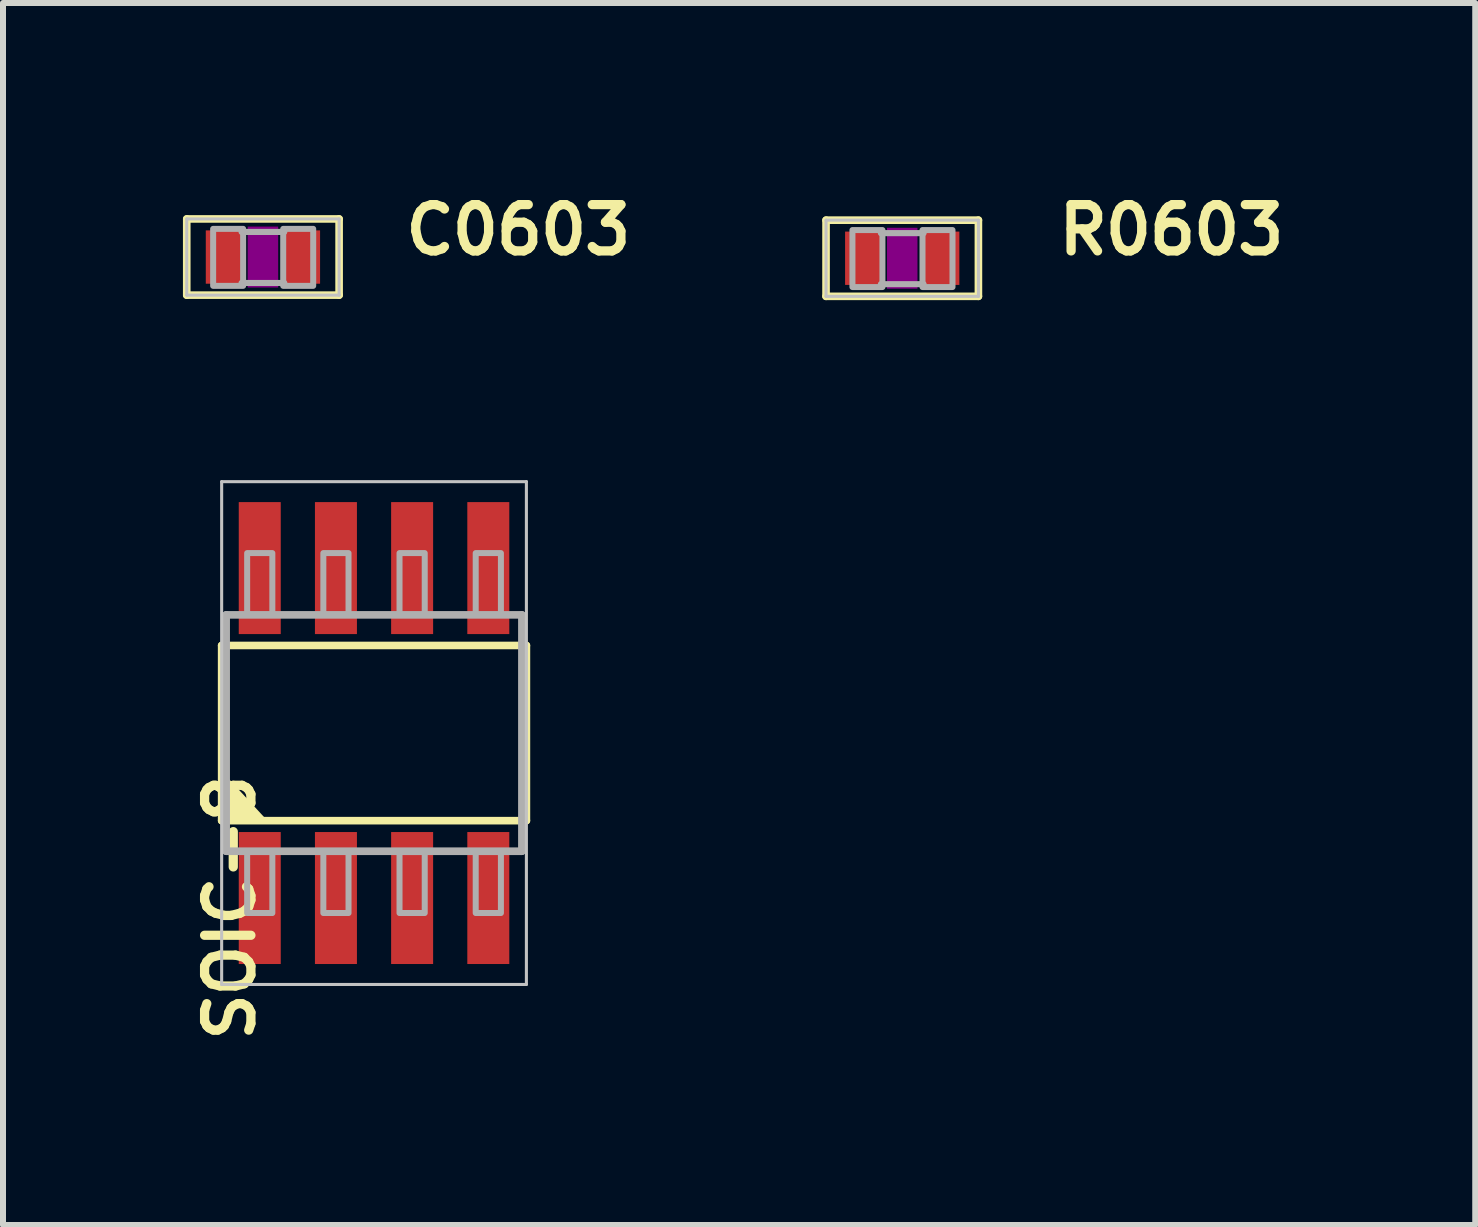
<source format=kicad_pcb>
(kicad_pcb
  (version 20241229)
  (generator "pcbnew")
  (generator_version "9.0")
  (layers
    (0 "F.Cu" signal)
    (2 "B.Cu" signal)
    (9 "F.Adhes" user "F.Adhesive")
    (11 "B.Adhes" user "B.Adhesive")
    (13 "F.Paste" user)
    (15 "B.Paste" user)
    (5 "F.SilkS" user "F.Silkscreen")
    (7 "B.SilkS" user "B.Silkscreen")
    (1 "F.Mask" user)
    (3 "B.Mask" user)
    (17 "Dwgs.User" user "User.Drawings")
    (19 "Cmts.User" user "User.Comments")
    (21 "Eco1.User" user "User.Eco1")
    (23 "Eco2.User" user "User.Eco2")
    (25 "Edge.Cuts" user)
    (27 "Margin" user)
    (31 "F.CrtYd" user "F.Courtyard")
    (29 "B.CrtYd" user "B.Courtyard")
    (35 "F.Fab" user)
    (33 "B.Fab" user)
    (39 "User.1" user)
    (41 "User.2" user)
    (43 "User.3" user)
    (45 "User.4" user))
  (footprint "SOIC-8"
    (layer "F.Cu")
    (at 3.185 9.17)
    (property "Reference" "SOIC-8" (at -1.95 5.2 270) (layer "F.SilkS") (effects (font (size 0.772 0.772) (thickness 0.154)) (justify left bottom)))
    (attr through_hole)
    (fp_line (start -2.54 -1.46) (end -2.54 1.46) (stroke (width 0.127) (type solid)) (layer "F.SilkS"))
    (fp_line (start -2.54 1.46) (end 2.54 1.46) (stroke (width 0.127) (type solid)) (layer "F.SilkS"))
    (fp_line (start 2.54 -1.46) (end -2.54 -1.46) (stroke (width 0.127) (type solid)) (layer "F.SilkS"))
    (fp_line (start 2.54 1.46) (end 2.54 -1.46) (stroke (width 0.127) (type solid)) (layer "F.SilkS"))
    (fp_poly (pts (xy -2.54 1.46) (xy -1.778 1.46) (xy -2.54 0.635)) (stroke (width 0) (type solid)) (fill yes) (layer "F.SilkS"))
    (fp_line (start -2.54 -4.191) (end 2.54 -4.191) (stroke (width 0.051) (type solid)) (layer "Dwgs.User"))
    (fp_line (start -2.54 4.191) (end -2.54 -4.191) (stroke (width 0.051) (type solid)) (layer "Dwgs.User"))
    (fp_line (start 2.54 -4.191) (end 2.54 4.191) (stroke (width 0.051) (type solid)) (layer "Dwgs.User"))
    (fp_line (start 2.54 4.191) (end -2.54 4.191) (stroke (width 0.051) (type solid)) (layer "Dwgs.User"))
    (fp_line (start -2.465 -1.97) (end 2.465 -1.97) (stroke (width 0.127) (type solid)) (layer "F.Fab"))
    (fp_line (start -2.465 1.97) (end -2.465 -1.97) (stroke (width 0.127) (type solid)) (layer "F.Fab"))
    (fp_line (start 2.465 -1.97) (end 2.465 1.97) (stroke (width 0.127) (type solid)) (layer "F.Fab"))
    (fp_line (start 2.465 1.97) (end -2.465 1.97) (stroke (width 0.127) (type solid)) (layer "F.Fab"))
    (fp_poly (pts (xy -2.115 -1.97) (xy -1.695 -1.97) (xy -1.695 -3) (xy -2.115 -3)) (stroke (width 0.1) (type solid)) (fill no) (layer "F.Fab"))
    (fp_poly (pts (xy -1.695 1.97) (xy -2.115 1.97) (xy -2.115 3) (xy -1.695 3)) (stroke (width 0.1) (type solid)) (fill no) (layer "F.Fab"))
    (fp_poly (pts (xy -0.845 -1.97) (xy -0.425 -1.97) (xy -0.425 -3) (xy -0.845 -3)) (stroke (width 0.1) (type solid)) (fill no) (layer "F.Fab"))
    (fp_poly (pts (xy -0.425 1.97) (xy -0.845 1.97) (xy -0.845 3) (xy -0.425 3)) (stroke (width 0.1) (type solid)) (fill no) (layer "F.Fab"))
    (fp_poly (pts (xy 0.425 -1.97) (xy 0.845 -1.97) (xy 0.845 -3) (xy 0.425 -3)) (stroke (width 0.1) (type solid)) (fill no) (layer "F.Fab"))
    (fp_poly (pts (xy 0.845 1.97) (xy 0.425 1.97) (xy 0.425 3) (xy 0.845 3)) (stroke (width 0.1) (type solid)) (fill no) (layer "F.Fab"))
    (fp_poly (pts (xy 1.695 -1.97) (xy 2.115 -1.97) (xy 2.115 -3) (xy 1.695 -3)) (stroke (width 0.1) (type solid)) (fill no) (layer "F.Fab"))
    (fp_poly (pts (xy 2.115 1.97) (xy 1.695 1.97) (xy 1.695 3) (xy 2.115 3)) (stroke (width 0.1) (type solid)) (fill no) (layer "F.Fab"))
    (pad "1" smd rect (at -1.905 2.75) (size 0.7 2.2) (layers "F.Cu" "F.Mask" "F.Paste"))
    (pad "2" smd rect (at -0.635 2.75) (size 0.7 2.2) (layers "F.Cu" "F.Mask" "F.Paste"))
    (pad "3" smd rect (at 0.635 2.75) (size 0.7 2.2) (layers "F.Cu" "F.Mask" "F.Paste"))
    (pad "4" smd rect (at 1.905 2.75) (size 0.7 2.2) (layers "F.Cu" "F.Mask" "F.Paste"))
    (pad "5" smd rect (at 1.905 -2.75) (size 0.7 2.2) (layers "F.Cu" "F.Mask" "F.Paste"))
    (pad "6" smd rect (at 0.635 -2.75) (size 0.7 2.2) (layers "F.Cu" "F.Mask" "F.Paste"))
    (pad "7" smd rect (at -0.635 -2.75) (size 0.7 2.2) (layers "F.Cu" "F.Mask" "F.Paste"))
    (pad "8" smd rect (at -1.905 -2.75) (size 0.7 2.2) (layers "F.Cu" "F.Mask" "F.Paste")))
  (footprint "R0603"
    (layer "F.Cu")
    (at 11.99 1.255)
    (property "Reference" "R0603" (at 2.53 -0.02 0) (layer "F.SilkS") (effects (font (size 0.772 0.772) (thickness 0.154)) (justify left bottom)))
    (attr through_hole)
    (fp_line (start -1.27 -0.635) (end 1.27 -0.635) (stroke (width 0.127) (type solid)) (layer "F.SilkS"))
    (fp_line (start -1.27 0.635) (end -1.27 -0.635) (stroke (width 0.127) (type solid)) (layer "F.SilkS"))
    (fp_line (start 1.27 -0.635) (end 1.27 0.635) (stroke (width 0.127) (type solid)) (layer "F.SilkS"))
    (fp_line (start 1.27 0.635) (end -1.27 0.635) (stroke (width 0.127) (type solid)) (layer "F.SilkS"))
    (fp_poly (pts (xy -0.254 0.508) (xy 0.254 0.508) (xy 0.254 -0.508) (xy -0.254 -0.508)) (stroke (width 0) (type solid)) (fill yes) (layer "F.Adhes"))
    (fp_line (start -1.27 -0.635) (end -1.27 0.635) (stroke (width 0.051) (type solid)) (layer "Dwgs.User"))
    (fp_line (start -1.27 0.635) (end 1.27 0.635) (stroke (width 0.051) (type solid)) (layer "Dwgs.User"))
    (fp_line (start 1.27 -0.635) (end -1.27 -0.635) (stroke (width 0.051) (type solid)) (layer "Dwgs.User"))
    (fp_line (start 1.27 0.635) (end 1.27 -0.635) (stroke (width 0.051) (type solid)) (layer "Dwgs.User"))
    (fp_line (start 0.356 -0.419) (end -0.356 -0.419) (stroke (width 0.102) (type solid)) (layer "F.Fab"))
    (fp_line (start 0.356 0.432) (end -0.356 0.432) (stroke (width 0.102) (type solid)) (layer "F.Fab"))
    (fp_poly (pts (xy -0.33 -0.47) (xy -0.83 -0.47) (xy -0.83 0.48) (xy -0.33 0.48)) (stroke (width 0.1) (type solid)) (fill no) (layer "F.Fab"))
    (fp_poly (pts (xy 0.838 -0.47) (xy 0.338 -0.47) (xy 0.338 0.48) (xy 0.838 0.48)) (stroke (width 0.1) (type solid)) (fill no) (layer "F.Fab"))
    (pad "1" smd rect (at -0.635 0 90) (size 0.889 0.635) (layers "F.Cu" "F.Mask" "F.Paste"))
    (pad "2" smd rect (at 0.635 0 90) (size 0.889 0.635) (layers "F.Cu" "F.Mask" "F.Paste")))
  (footprint "C0603"
    (layer "F.Cu")
    (at 1.333 1.235)
    (property "Reference" "C0603" (at 2.3 0 0) (layer "F.SilkS") (effects (font (size 0.772 0.772) (thickness 0.154)) (justify left bottom)))
    (attr through_hole)
    (fp_line (start -1.27 -0.635) (end 1.27 -0.635) (stroke (width 0.127) (type solid)) (layer "F.SilkS"))
    (fp_line (start -1.27 0.635) (end -1.27 -0.635) (stroke (width 0.127) (type solid)) (layer "F.SilkS"))
    (fp_line (start 1.27 -0.635) (end 1.27 0.635) (stroke (width 0.127) (type solid)) (layer "F.SilkS"))
    (fp_line (start 1.27 0.635) (end -1.27 0.635) (stroke (width 0.127) (type solid)) (layer "F.SilkS"))
    (fp_poly (pts (xy -0.254 0.508) (xy 0.254 0.508) (xy 0.254 -0.508) (xy -0.254 -0.508)) (stroke (width 0) (type solid)) (fill yes) (layer "F.Adhes"))
    (fp_line (start -1.27 -0.635) (end -1.27 0.635) (stroke (width 0.051) (type solid)) (layer "Dwgs.User"))
    (fp_line (start -1.27 0.635) (end 1.27 0.635) (stroke (width 0.051) (type solid)) (layer "Dwgs.User"))
    (fp_line (start 1.27 -0.635) (end -1.27 -0.635) (stroke (width 0.051) (type solid)) (layer "Dwgs.User"))
    (fp_line (start 1.27 0.635) (end 1.27 -0.635) (stroke (width 0.051) (type solid)) (layer "Dwgs.User"))
    (fp_line (start 0.356 -0.419) (end -0.356 -0.419) (stroke (width 0.102) (type solid)) (layer "F.Fab"))
    (fp_line (start 0.356 0.432) (end -0.356 0.432) (stroke (width 0.102) (type solid)) (layer "F.Fab"))
    (fp_poly (pts (xy -0.33 -0.47) (xy -0.83 -0.47) (xy -0.83 0.48) (xy -0.33 0.48)) (stroke (width 0.1) (type solid)) (fill no) (layer "F.Fab"))
    (fp_poly (pts (xy 0.838 -0.47) (xy 0.338 -0.47) (xy 0.338 0.48) (xy 0.838 0.48)) (stroke (width 0.1) (type solid)) (fill no) (layer "F.Fab"))
    (pad "1" smd rect (at -0.635 0 90) (size 0.889 0.635) (layers "F.Cu" "F.Mask" "F.Paste"))
    (pad "2" smd rect (at 0.635 0 90) (size 0.889 0.635) (layers "F.Cu" "F.Mask" "F.Paste")))
  (gr_rect
    (start -3 -3)
    (end 21.542 17.37)
    (stroke (width 0.1) (type default))
    (fill no)
    (layer "Edge.Cuts")))
</source>
